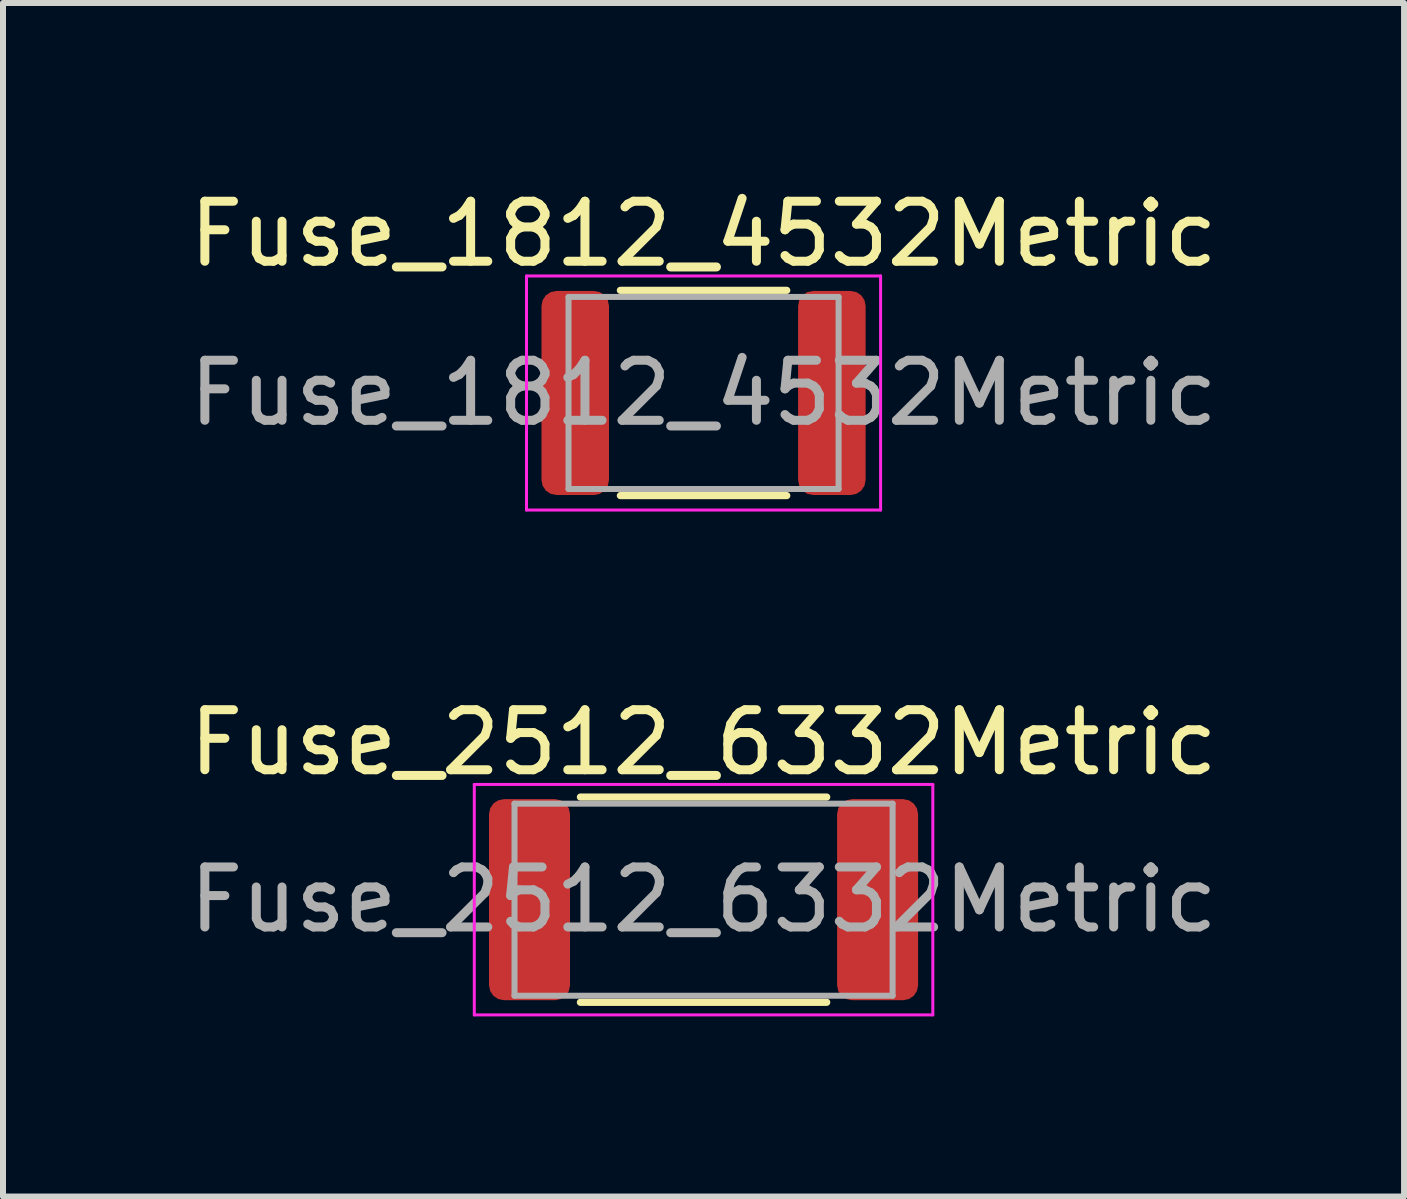
<source format=kicad_pcb>
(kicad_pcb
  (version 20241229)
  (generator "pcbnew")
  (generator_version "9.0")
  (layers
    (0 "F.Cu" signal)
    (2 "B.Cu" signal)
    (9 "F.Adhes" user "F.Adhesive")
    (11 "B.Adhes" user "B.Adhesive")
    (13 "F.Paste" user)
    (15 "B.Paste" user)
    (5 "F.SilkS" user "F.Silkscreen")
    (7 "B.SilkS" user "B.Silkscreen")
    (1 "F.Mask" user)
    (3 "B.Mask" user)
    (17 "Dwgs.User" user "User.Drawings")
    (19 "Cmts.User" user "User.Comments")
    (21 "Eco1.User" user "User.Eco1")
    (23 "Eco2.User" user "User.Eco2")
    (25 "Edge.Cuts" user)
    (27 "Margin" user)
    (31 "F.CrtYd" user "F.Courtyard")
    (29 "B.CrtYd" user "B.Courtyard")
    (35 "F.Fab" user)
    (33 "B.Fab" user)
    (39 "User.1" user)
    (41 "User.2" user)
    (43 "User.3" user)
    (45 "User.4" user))
  (footprint "Fuse_1812_4532Metric"
    (layer "F.Cu")
    (at 8.673 3.498)
    (property "Reference" "Fuse_1812_4532Metric" (at 0 -2.65 0) (layer "F.SilkS") (effects (font (size 1 1) (thickness 0.15))))
    (attr smd)
    (fp_line (start -1.386 -1.71) (end 1.386 -1.71) (stroke (width 0.12) (type solid)) (layer "F.SilkS"))
    (fp_line (start -1.386 1.71) (end 1.386 1.71) (stroke (width 0.12) (type solid)) (layer "F.SilkS"))
    (fp_line (start -2.95 -1.95) (end 2.95 -1.95) (stroke (width 0.05) (type solid)) (layer "F.CrtYd"))
    (fp_line (start -2.95 1.95) (end -2.95 -1.95) (stroke (width 0.05) (type solid)) (layer "F.CrtYd"))
    (fp_line (start 2.95 -1.95) (end 2.95 1.95) (stroke (width 0.05) (type solid)) (layer "F.CrtYd"))
    (fp_line (start 2.95 1.95) (end -2.95 1.95) (stroke (width 0.05) (type solid)) (layer "F.CrtYd"))
    (fp_line (start -2.25 -1.6) (end 2.25 -1.6) (stroke (width 0.1) (type solid)) (layer "F.Fab"))
    (fp_line (start -2.25 1.6) (end -2.25 -1.6) (stroke (width 0.1) (type solid)) (layer "F.Fab"))
    (fp_line (start 2.25 -1.6) (end 2.25 1.6) (stroke (width 0.1) (type solid)) (layer "F.Fab"))
    (fp_line (start 2.25 1.6) (end -2.25 1.6) (stroke (width 0.1) (type solid)) (layer "F.Fab"))
    (fp_text user "${REFERENCE}" (at 0 0 0) (layer "F.Fab") (effects (font (size 1 1) (thickness 0.15))))
    (pad "1" smd roundrect (at -2.138 0) (size 1.125 3.4) (layers "F.Cu" "F.Mask" "F.Paste") (roundrect_rratio 0.222))
    (pad "2" smd roundrect (at 2.138 0) (size 1.125 3.4) (layers "F.Cu" "F.Mask" "F.Paste") (roundrect_rratio 0.222)))
  (footprint "Fuse_2512_6332Metric"
    (layer "F.Cu")
    (at 8.673 11.941)
    (property "Reference" "Fuse_2512_6332Metric" (at 0 -2.62 0) (layer "F.SilkS") (effects (font (size 1 1) (thickness 0.15))))
    (attr smd)
    (fp_line (start -2.052 -1.71) (end 2.052 -1.71) (stroke (width 0.12) (type solid)) (layer "F.SilkS"))
    (fp_line (start -2.052 1.71) (end 2.052 1.71) (stroke (width 0.12) (type solid)) (layer "F.SilkS"))
    (fp_line (start -3.82 -1.92) (end 3.82 -1.92) (stroke (width 0.05) (type solid)) (layer "F.CrtYd"))
    (fp_line (start -3.82 1.92) (end -3.82 -1.92) (stroke (width 0.05) (type solid)) (layer "F.CrtYd"))
    (fp_line (start 3.82 -1.92) (end 3.82 1.92) (stroke (width 0.05) (type solid)) (layer "F.CrtYd"))
    (fp_line (start 3.82 1.92) (end -3.82 1.92) (stroke (width 0.05) (type solid)) (layer "F.CrtYd"))
    (fp_line (start -3.15 -1.6) (end 3.15 -1.6) (stroke (width 0.1) (type solid)) (layer "F.Fab"))
    (fp_line (start -3.15 1.6) (end -3.15 -1.6) (stroke (width 0.1) (type solid)) (layer "F.Fab"))
    (fp_line (start 3.15 -1.6) (end 3.15 1.6) (stroke (width 0.1) (type solid)) (layer "F.Fab"))
    (fp_line (start 3.15 1.6) (end -3.15 1.6) (stroke (width 0.1) (type solid)) (layer "F.Fab"))
    (fp_text user "${REFERENCE}" (at 0 0 0) (layer "F.Fab") (effects (font (size 1 1) (thickness 0.15))))
    (pad "1" smd roundrect (at -2.9 0) (size 1.35 3.35) (layers "F.Cu" "F.Mask" "F.Paste") (roundrect_rratio 0.185))
    (pad "2" smd roundrect (at 2.9 0) (size 1.35 3.35) (layers "F.Cu" "F.Mask" "F.Paste") (roundrect_rratio 0.185)))
  (gr_rect
    (start -3 -3)
    (end 20.345 16.887)
    (stroke (width 0.1) (type default))
    (fill no)
    (layer "Edge.Cuts")))
</source>
